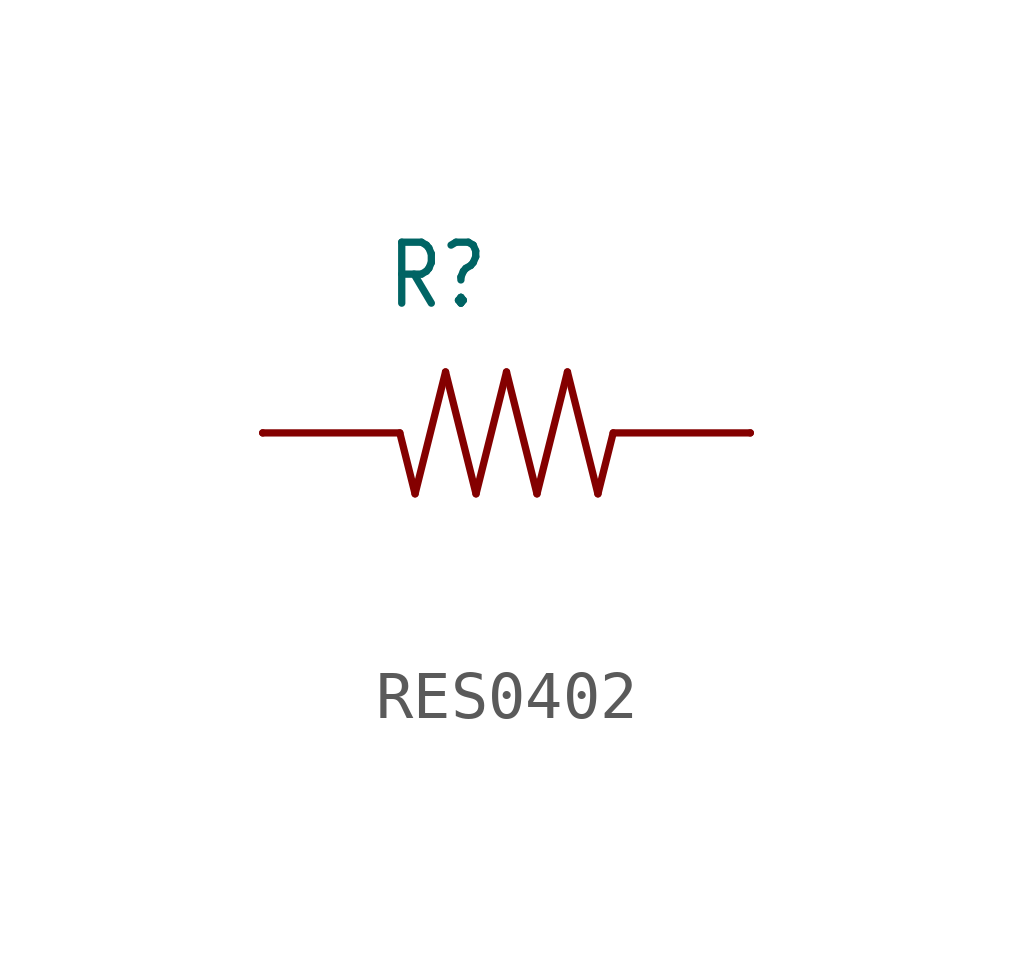
<source format=kicad_sym>
(kicad_symbol_lib
  (version 20231120)
  (generator "kicad_symbol_editor")
  (generator_version "8.0")
  (symbol "RES0402"
    (property "Reference" "R"
      (at -2.54 2.54 0)
      (effects (font (size 1.27 1.079)) (justify left bottom)))
    (property "Value" ""
      (at -2.54 -3.81 0)
      (effects (font (size 1.27 1.079)) (justify left bottom)))
    (property "ki_locked" ""
      (at 0 0 0)
      (effects (font (size 1.27 1.27))))
    (symbol "RES0402_1_0"
      (polyline (pts (xy -2.223 0) (xy -5.08 0)) (stroke (width 0.152) (type solid)) (fill (type none)))
      (polyline (pts (xy -1.905 -1.27) (xy -2.223 0)) (stroke (width 0.152) (type solid)) (fill (type none)))
      (polyline (pts (xy -1.905 -1.27) (xy -1.27 1.27)) (stroke (width 0.152) (type solid)) (fill (type none)))
      (polyline (pts (xy -0.635 -1.27) (xy -1.27 1.27)) (stroke (width 0.152) (type solid)) (fill (type none)))
      (polyline (pts (xy -0.635 -1.27) (xy 0 1.27)) (stroke (width 0.152) (type solid)) (fill (type none)))
      (polyline (pts (xy 0 1.27) (xy 0.635 -1.27)) (stroke (width 0.152) (type solid)) (fill (type none)))
      (polyline (pts (xy 0.635 -1.27) (xy 1.27 1.27)) (stroke (width 0.152) (type solid)) (fill (type none)))
      (polyline (pts (xy 1.27 1.27) (xy 1.905 -1.27)) (stroke (width 0.152) (type solid)) (fill (type none)))
      (polyline (pts (xy 1.905 -1.27) (xy 2.223 0)) (stroke (width 0.152) (type solid)) (fill (type none)))
      (polyline (pts (xy 2.223 0) (xy 5.08 0)) (stroke (width 0.152) (type solid)) (fill (type none)))
      (pin passive line (at -5.08 0 0) (length 0) (name "P$1" (effects (font (size 0 0)))) (number "1" (effects (font (size 0 0)))))
      (pin passive line (at 5.08 0 180) (length 0) (name "P$2" (effects (font (size 0 0)))) (number "2" (effects (font (size 0 0))))))))
</source>
